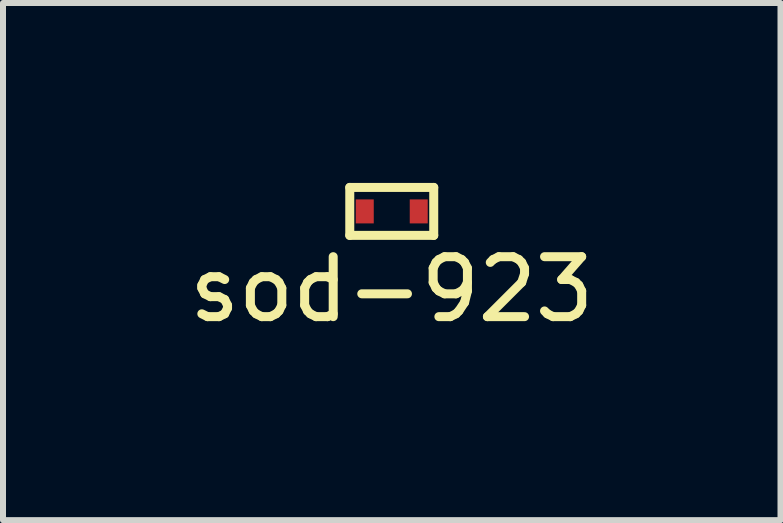
<source format=kicad_pcb>
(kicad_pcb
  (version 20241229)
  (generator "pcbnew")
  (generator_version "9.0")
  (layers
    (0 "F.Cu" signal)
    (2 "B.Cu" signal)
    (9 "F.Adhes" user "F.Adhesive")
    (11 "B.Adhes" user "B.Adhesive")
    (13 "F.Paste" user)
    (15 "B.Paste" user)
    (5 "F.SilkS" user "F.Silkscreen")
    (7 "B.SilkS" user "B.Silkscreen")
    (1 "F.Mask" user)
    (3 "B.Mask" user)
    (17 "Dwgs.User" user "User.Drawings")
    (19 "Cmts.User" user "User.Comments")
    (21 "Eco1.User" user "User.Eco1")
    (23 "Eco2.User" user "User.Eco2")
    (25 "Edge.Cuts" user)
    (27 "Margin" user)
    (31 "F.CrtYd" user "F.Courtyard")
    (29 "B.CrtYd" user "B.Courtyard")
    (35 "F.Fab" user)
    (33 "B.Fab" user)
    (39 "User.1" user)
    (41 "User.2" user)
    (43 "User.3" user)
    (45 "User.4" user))
  (footprint "sod-923"
    (layer "F.Cu")
    (at 3.482 0.475)
    (property "Reference" "sod-923" (at 0 1.3 0) (layer "F.SilkS") (effects (font (size 1 1) (thickness 0.15))))
    (attr through_hole)
    (fp_line (start -0.7 -0.4) (end 0.7 -0.4) (stroke (width 0.15) (type solid)) (layer "F.SilkS"))
    (fp_line (start -0.7 0.4) (end -0.7 -0.4) (stroke (width 0.15) (type solid)) (layer "F.SilkS"))
    (fp_line (start 0.7 -0.4) (end 0.7 0.4) (stroke (width 0.15) (type solid)) (layer "F.SilkS"))
    (fp_line (start 0.7 0.4) (end -0.7 0.4) (stroke (width 0.15) (type solid)) (layer "F.SilkS"))
    (pad "1" smd rect (at -0.45 0) (size 0.3 0.4) (layers "F.Cu" "F.Mask" "F.Paste"))
    (pad "2" smd rect (at 0.45 0) (size 0.3 0.4) (layers "F.Cu" "F.Mask" "F.Paste")))
  (gr_rect
    (start -3 -3)
    (end 9.964 5.623)
    (stroke (width 0.1) (type default))
    (fill no)
    (layer "Edge.Cuts")))
</source>
